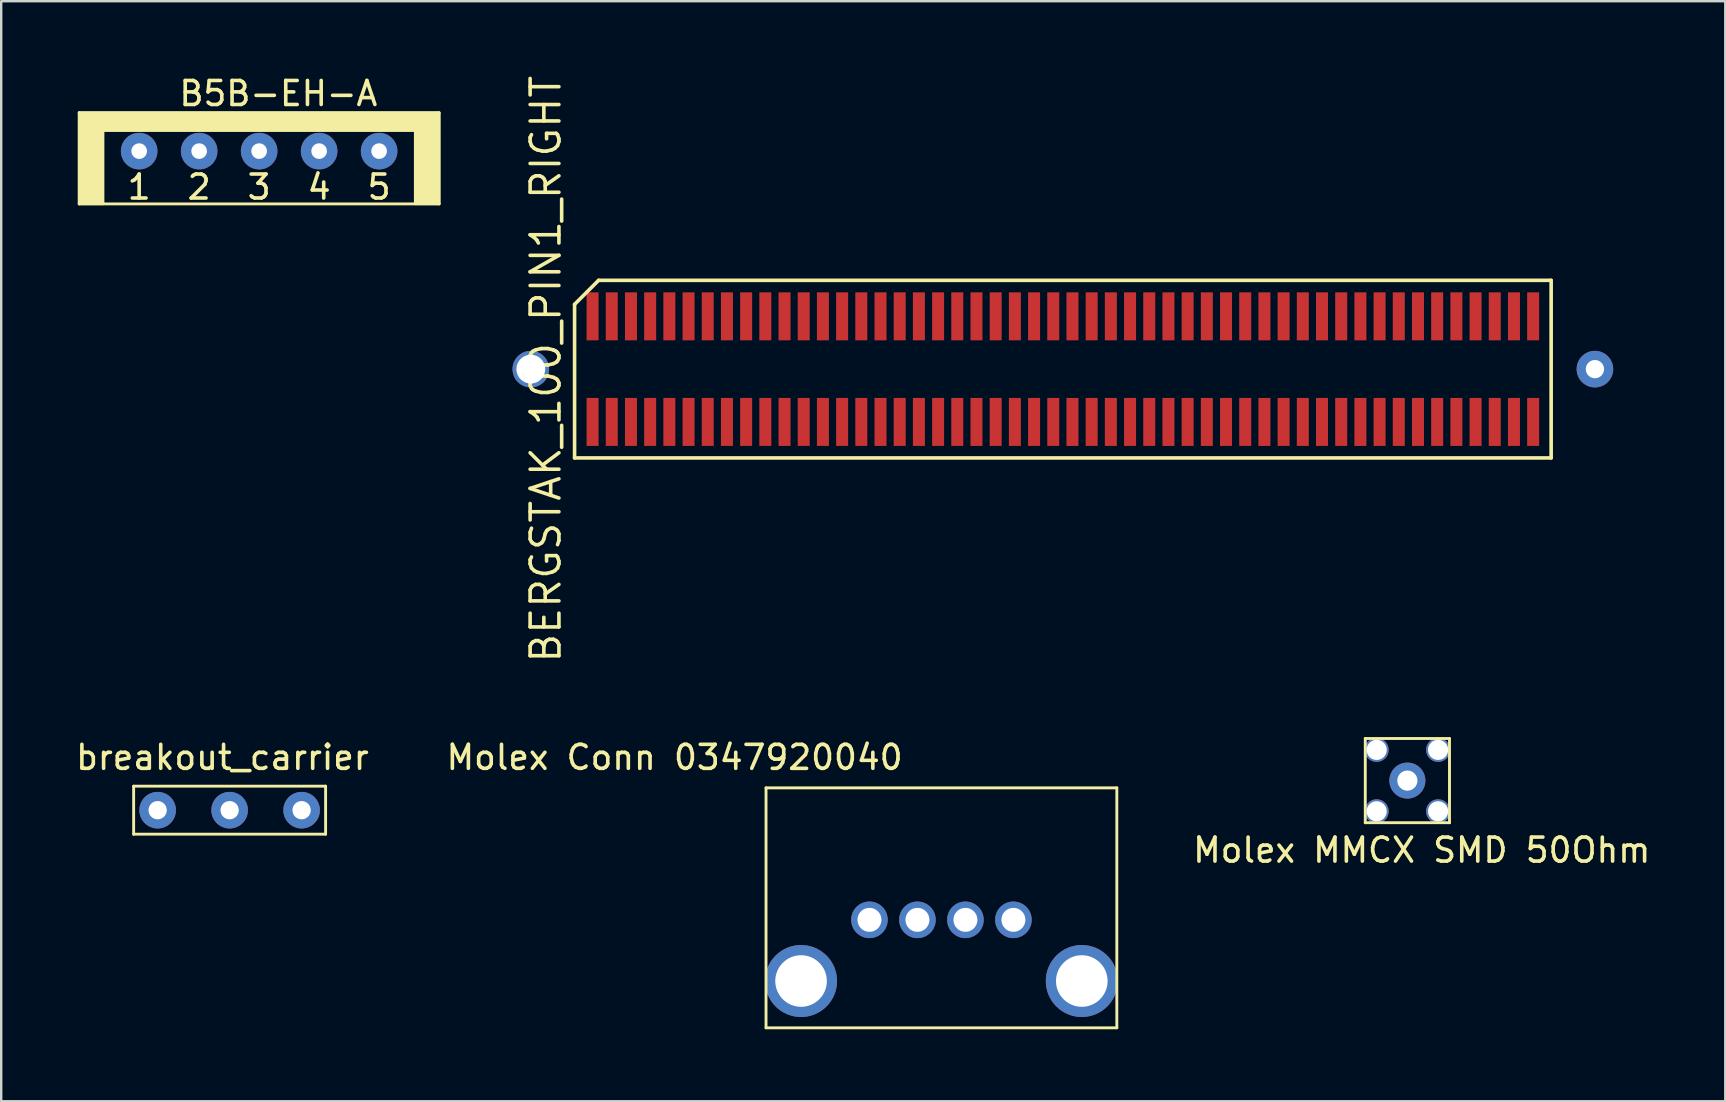
<source format=kicad_pcb>
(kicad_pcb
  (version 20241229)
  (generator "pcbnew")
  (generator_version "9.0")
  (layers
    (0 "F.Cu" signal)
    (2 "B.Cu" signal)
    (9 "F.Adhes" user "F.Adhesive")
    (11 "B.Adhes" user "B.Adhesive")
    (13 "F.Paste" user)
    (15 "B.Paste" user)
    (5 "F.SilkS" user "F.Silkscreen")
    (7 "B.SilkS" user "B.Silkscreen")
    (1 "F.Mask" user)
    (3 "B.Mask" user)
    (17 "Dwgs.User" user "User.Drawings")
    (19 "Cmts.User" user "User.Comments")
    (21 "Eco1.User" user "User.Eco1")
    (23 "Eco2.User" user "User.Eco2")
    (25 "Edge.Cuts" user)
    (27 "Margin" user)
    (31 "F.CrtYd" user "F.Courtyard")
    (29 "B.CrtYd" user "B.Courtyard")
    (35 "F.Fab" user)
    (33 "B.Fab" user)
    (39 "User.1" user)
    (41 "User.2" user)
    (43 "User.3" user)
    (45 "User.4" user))
  (footprint "BERGSTAK_100_PIN1_RIGHT"
    (layer "F.Cu")
    (at 41.246 12.334)
    (property "Reference" "BERGSTAK_100_PIN1_RIGHT" (at -21.55 0 90) (layer "F.SilkS") (effects (font (size 1.2 1.2) (thickness 0.15))))
    (attr through_hole)
    (fp_line (start -20.35 -2.7) (end -20.35 3.7) (stroke (width 0.15) (type solid)) (layer "F.SilkS"))
    (fp_line (start -20.35 3.7) (end 20.35 3.7) (stroke (width 0.15) (type solid)) (layer "F.SilkS"))
    (fp_line (start -19.35 -3.7) (end -20.35 -2.7) (stroke (width 0.15) (type solid)) (layer "F.SilkS"))
    (fp_line (start 20.35 -3.7) (end -19.35 -3.7) (stroke (width 0.15) (type solid)) (layer "F.SilkS"))
    (fp_line (start 20.35 3.7) (end 20.35 -3.7) (stroke (width 0.15) (type solid)) (layer "F.SilkS"))
    (pad "" thru_hole circle (at -22.174 0) (size 1.524 1.524) (drill 1.2) (layers "*.Cu" "*.Mask"))
    (pad "" thru_hole circle (at 22.174 0) (size 1.524 1.524) (drill 0.762) (layers "*.Cu" "*.Mask"))
    (pad "1" smd rect (at -19.6 -2.2) (size 0.5 2) (layers "F.Cu" "F.Mask" "F.Paste"))
    (pad "2" smd rect (at -19.6 2.2) (size 0.5 2) (layers "F.Cu" "F.Mask" "F.Paste"))
    (pad "3" smd rect (at -18.8 -2.2) (size 0.5 2) (layers "F.Cu" "F.Mask" "F.Paste"))
    (pad "4" smd rect (at -18.8 2.2) (size 0.5 2) (layers "F.Cu" "F.Mask" "F.Paste"))
    (pad "5" smd rect (at -18 -2.2) (size 0.5 2) (layers "F.Cu" "F.Mask" "F.Paste"))
    (pad "6" smd rect (at -18 2.2) (size 0.5 2) (layers "F.Cu" "F.Mask" "F.Paste"))
    (pad "7" smd rect (at -17.2 -2.2) (size 0.5 2) (layers "F.Cu" "F.Mask" "F.Paste"))
    (pad "8" smd rect (at -17.2 2.2) (size 0.5 2) (layers "F.Cu" "F.Mask" "F.Paste"))
    (pad "9" smd rect (at -16.4 -2.2) (size 0.5 2) (layers "F.Cu" "F.Mask" "F.Paste"))
    (pad "10" smd rect (at -16.4 2.2) (size 0.5 2) (layers "F.Cu" "F.Mask" "F.Paste"))
    (pad "11" smd rect (at -15.6 -2.2) (size 0.5 2) (layers "F.Cu" "F.Mask" "F.Paste"))
    (pad "12" smd rect (at -15.6 2.2) (size 0.5 2) (layers "F.Cu" "F.Mask" "F.Paste"))
    (pad "13" smd rect (at -14.8 -2.2) (size 0.5 2) (layers "F.Cu" "F.Mask" "F.Paste"))
    (pad "14" smd rect (at -14.8 2.2) (size 0.5 2) (layers "F.Cu" "F.Mask" "F.Paste"))
    (pad "15" smd rect (at -14 -2.2) (size 0.5 2) (layers "F.Cu" "F.Mask" "F.Paste"))
    (pad "16" smd rect (at -14 2.2) (size 0.5 2) (layers "F.Cu" "F.Mask" "F.Paste"))
    (pad "17" smd rect (at -13.2 -2.2) (size 0.5 2) (layers "F.Cu" "F.Mask" "F.Paste"))
    (pad "18" smd rect (at -13.2 2.2) (size 0.5 2) (layers "F.Cu" "F.Mask" "F.Paste"))
    (pad "19" smd rect (at -12.4 -2.2) (size 0.5 2) (layers "F.Cu" "F.Mask" "F.Paste"))
    (pad "20" smd rect (at -12.4 2.2) (size 0.5 2) (layers "F.Cu" "F.Mask" "F.Paste"))
    (pad "21" smd rect (at -11.6 -2.2) (size 0.5 2) (layers "F.Cu" "F.Mask" "F.Paste"))
    (pad "22" smd rect (at -11.6 2.2) (size 0.5 2) (layers "F.Cu" "F.Mask" "F.Paste"))
    (pad "23" smd rect (at -10.8 -2.2) (size 0.5 2) (layers "F.Cu" "F.Mask" "F.Paste"))
    (pad "24" smd rect (at -10.8 2.2) (size 0.5 2) (layers "F.Cu" "F.Mask" "F.Paste"))
    (pad "25" smd rect (at -10 -2.2) (size 0.5 2) (layers "F.Cu" "F.Mask" "F.Paste"))
    (pad "26" smd rect (at -10 2.2) (size 0.5 2) (layers "F.Cu" "F.Mask" "F.Paste"))
    (pad "27" smd rect (at -9.2 -2.2) (size 0.5 2) (layers "F.Cu" "F.Mask" "F.Paste"))
    (pad "28" smd rect (at -9.2 2.2) (size 0.5 2) (layers "F.Cu" "F.Mask" "F.Paste"))
    (pad "29" smd rect (at -8.4 -2.2) (size 0.5 2) (layers "F.Cu" "F.Mask" "F.Paste"))
    (pad "30" smd rect (at -8.4 2.2) (size 0.5 2) (layers "F.Cu" "F.Mask" "F.Paste"))
    (pad "31" smd rect (at -7.6 -2.2) (size 0.5 2) (layers "F.Cu" "F.Mask" "F.Paste"))
    (pad "32" smd rect (at -7.6 2.2) (size 0.5 2) (layers "F.Cu" "F.Mask" "F.Paste"))
    (pad "33" smd rect (at -6.8 -2.2) (size 0.5 2) (layers "F.Cu" "F.Mask" "F.Paste"))
    (pad "34" smd rect (at -6.8 2.2) (size 0.5 2) (layers "F.Cu" "F.Mask" "F.Paste"))
    (pad "35" smd rect (at -6 -2.2) (size 0.5 2) (layers "F.Cu" "F.Mask" "F.Paste"))
    (pad "36" smd rect (at -6 2.2) (size 0.5 2) (layers "F.Cu" "F.Mask" "F.Paste"))
    (pad "37" smd rect (at -5.2 -2.2) (size 0.5 2) (layers "F.Cu" "F.Mask" "F.Paste"))
    (pad "38" smd rect (at -5.2 2.2) (size 0.5 2) (layers "F.Cu" "F.Mask" "F.Paste"))
    (pad "39" smd rect (at -4.4 -2.2) (size 0.5 2) (layers "F.Cu" "F.Mask" "F.Paste"))
    (pad "40" smd rect (at -4.4 2.2) (size 0.5 2) (layers "F.Cu" "F.Mask" "F.Paste"))
    (pad "41" smd rect (at -3.6 -2.2) (size 0.5 2) (layers "F.Cu" "F.Mask" "F.Paste"))
    (pad "42" smd rect (at -3.6 2.2) (size 0.5 2) (layers "F.Cu" "F.Mask" "F.Paste"))
    (pad "43" smd rect (at -2.8 -2.2) (size 0.5 2) (layers "F.Cu" "F.Mask" "F.Paste"))
    (pad "44" smd rect (at -2.8 2.2) (size 0.5 2) (layers "F.Cu" "F.Mask" "F.Paste"))
    (pad "45" smd rect (at -2 -2.2) (size 0.5 2) (layers "F.Cu" "F.Mask" "F.Paste"))
    (pad "46" smd rect (at -2 2.2) (size 0.5 2) (layers "F.Cu" "F.Mask" "F.Paste"))
    (pad "47" smd rect (at -1.2 -2.2) (size 0.5 2) (layers "F.Cu" "F.Mask" "F.Paste"))
    (pad "48" smd rect (at -1.2 2.2) (size 0.5 2) (layers "F.Cu" "F.Mask" "F.Paste"))
    (pad "49" smd rect (at -0.4 -2.2) (size 0.5 2) (layers "F.Cu" "F.Mask" "F.Paste"))
    (pad "50" smd rect (at -0.4 2.2) (size 0.5 2) (layers "F.Cu" "F.Mask" "F.Paste"))
    (pad "51" smd rect (at 0.4 -2.2) (size 0.5 2) (layers "F.Cu" "F.Mask" "F.Paste"))
    (pad "52" smd rect (at 0.4 2.2) (size 0.5 2) (layers "F.Cu" "F.Mask" "F.Paste"))
    (pad "53" smd rect (at 1.2 -2.2) (size 0.5 2) (layers "F.Cu" "F.Mask" "F.Paste"))
    (pad "54" smd rect (at 1.2 2.2) (size 0.5 2) (layers "F.Cu" "F.Mask" "F.Paste"))
    (pad "55" smd rect (at 2 -2.2) (size 0.5 2) (layers "F.Cu" "F.Mask" "F.Paste"))
    (pad "56" smd rect (at 2 2.2) (size 0.5 2) (layers "F.Cu" "F.Mask" "F.Paste"))
    (pad "57" smd rect (at 2.8 -2.2) (size 0.5 2) (layers "F.Cu" "F.Mask" "F.Paste"))
    (pad "58" smd rect (at 2.8 2.2) (size 0.5 2) (layers "F.Cu" "F.Mask" "F.Paste"))
    (pad "59" smd rect (at 3.6 -2.2) (size 0.5 2) (layers "F.Cu" "F.Mask" "F.Paste"))
    (pad "60" smd rect (at 3.6 2.2) (size 0.5 2) (layers "F.Cu" "F.Mask" "F.Paste"))
    (pad "61" smd rect (at 4.4 -2.2) (size 0.5 2) (layers "F.Cu" "F.Mask" "F.Paste"))
    (pad "62" smd rect (at 4.4 2.2) (size 0.5 2) (layers "F.Cu" "F.Mask" "F.Paste"))
    (pad "63" smd rect (at 5.2 -2.2) (size 0.5 2) (layers "F.Cu" "F.Mask" "F.Paste"))
    (pad "64" smd rect (at 5.2 2.2) (size 0.5 2) (layers "F.Cu" "F.Mask" "F.Paste"))
    (pad "65" smd rect (at 6 -2.2) (size 0.5 2) (layers "F.Cu" "F.Mask" "F.Paste"))
    (pad "66" smd rect (at 6 2.2) (size 0.5 2) (layers "F.Cu" "F.Mask" "F.Paste"))
    (pad "67" smd rect (at 6.8 -2.2) (size 0.5 2) (layers "F.Cu" "F.Mask" "F.Paste"))
    (pad "68" smd rect (at 6.8 2.2) (size 0.5 2) (layers "F.Cu" "F.Mask" "F.Paste"))
    (pad "69" smd rect (at 7.6 -2.2) (size 0.5 2) (layers "F.Cu" "F.Mask" "F.Paste"))
    (pad "70" smd rect (at 7.6 2.2) (size 0.5 2) (layers "F.Cu" "F.Mask" "F.Paste"))
    (pad "71" smd rect (at 8.4 -2.2) (size 0.5 2) (layers "F.Cu" "F.Mask" "F.Paste"))
    (pad "72" smd rect (at 8.4 2.2) (size 0.5 2) (layers "F.Cu" "F.Mask" "F.Paste"))
    (pad "73" smd rect (at 9.2 -2.2) (size 0.5 2) (layers "F.Cu" "F.Mask" "F.Paste"))
    (pad "74" smd rect (at 9.2 2.2) (size 0.5 2) (layers "F.Cu" "F.Mask" "F.Paste"))
    (pad "75" smd rect (at 10 -2.2) (size 0.5 2) (layers "F.Cu" "F.Mask" "F.Paste"))
    (pad "76" smd rect (at 10 2.2) (size 0.5 2) (layers "F.Cu" "F.Mask" "F.Paste"))
    (pad "77" smd rect (at 10.8 -2.2) (size 0.5 2) (layers "F.Cu" "F.Mask" "F.Paste"))
    (pad "78" smd rect (at 10.8 2.2) (size 0.5 2) (layers "F.Cu" "F.Mask" "F.Paste"))
    (pad "79" smd rect (at 11.6 -2.2) (size 0.5 2) (layers "F.Cu" "F.Mask" "F.Paste"))
    (pad "80" smd rect (at 11.6 2.2) (size 0.5 2) (layers "F.Cu" "F.Mask" "F.Paste"))
    (pad "81" smd rect (at 12.4 -2.2) (size 0.5 2) (layers "F.Cu" "F.Mask" "F.Paste"))
    (pad "82" smd rect (at 12.4 2.2) (size 0.5 2) (layers "F.Cu" "F.Mask" "F.Paste"))
    (pad "83" smd rect (at 13.2 -2.2) (size 0.5 2) (layers "F.Cu" "F.Mask" "F.Paste"))
    (pad "84" smd rect (at 13.2 2.2) (size 0.5 2) (layers "F.Cu" "F.Mask" "F.Paste"))
    (pad "85" smd rect (at 14 -2.2) (size 0.5 2) (layers "F.Cu" "F.Mask" "F.Paste"))
    (pad "86" smd rect (at 14 2.2) (size 0.5 2) (layers "F.Cu" "F.Mask" "F.Paste"))
    (pad "87" smd rect (at 14.8 -2.2) (size 0.5 2) (layers "F.Cu" "F.Mask" "F.Paste"))
    (pad "88" smd rect (at 14.8 2.2) (size 0.5 2) (layers "F.Cu" "F.Mask" "F.Paste"))
    (pad "89" smd rect (at 15.6 -2.2) (size 0.5 2) (layers "F.Cu" "F.Mask" "F.Paste"))
    (pad "90" smd rect (at 15.6 2.2) (size 0.5 2) (layers "F.Cu" "F.Mask" "F.Paste"))
    (pad "91" smd rect (at 16.4 -2.2) (size 0.5 2) (layers "F.Cu" "F.Mask" "F.Paste"))
    (pad "92" smd rect (at 16.4 2.2) (size 0.5 2) (layers "F.Cu" "F.Mask" "F.Paste"))
    (pad "93" smd rect (at 17.2 -2.2) (size 0.5 2) (layers "F.Cu" "F.Mask" "F.Paste"))
    (pad "94" smd rect (at 17.2 2.2) (size 0.5 2) (layers "F.Cu" "F.Mask" "F.Paste"))
    (pad "95" smd rect (at 18 -2.2) (size 0.5 2) (layers "F.Cu" "F.Mask" "F.Paste"))
    (pad "96" smd rect (at 18 2.2) (size 0.5 2) (layers "F.Cu" "F.Mask" "F.Paste"))
    (pad "97" smd rect (at 18.8 -2.2) (size 0.5 2) (layers "F.Cu" "F.Mask" "F.Paste"))
    (pad "98" smd rect (at 18.8 2.2) (size 0.5 2) (layers "F.Cu" "F.Mask" "F.Paste"))
    (pad "99" smd rect (at 19.6 -2.2) (size 0.5 2) (layers "F.Cu" "F.Mask" "F.Paste"))
    (pad "100" smd rect (at 19.6 2.2) (size 0.5 2) (layers "F.Cu" "F.Mask" "F.Paste")))
  (footprint "breakout_carrier"
    (layer "F.Cu")
    (at 6.52 29.715)
    (property "Reference" "breakout_carrier" (at -0.3 -1.2 0) (layer "F.SilkS") (effects (font (size 1 1) (thickness 0.15))))
    (attr through_hole)
    (fp_line (start -4 0) (end -4 2) (stroke (width 0.12) (type solid)) (layer "F.SilkS"))
    (fp_line (start -4 2) (end 4 2) (stroke (width 0.12) (type solid)) (layer "F.SilkS"))
    (fp_line (start 4 0) (end -4 0) (stroke (width 0.12) (type solid)) (layer "F.SilkS"))
    (fp_line (start 4 2) (end 4 0) (stroke (width 0.12) (type solid)) (layer "F.SilkS"))
    (pad "1" thru_hole circle (at -3 1) (size 1.524 1.524) (drill 0.762) (layers "*.Cu" "*.Mask"))
    (pad "2" thru_hole circle (at 0 1) (size 1.524 1.524) (drill 0.762) (layers "*.Cu" "*.Mask"))
    (pad "3" thru_hole circle (at 3 1) (size 1.524 1.524) (drill 0.762) (layers "*.Cu" "*.Mask")))
  (footprint "Molex Conn 0347920040"
    (layer "F.Cu")
    (at 28.875 29.785)
    (property "Reference" "Molex Conn 0347920040" (at -3.81 -1.27 0) (layer "F.SilkS") (effects (font (size 1 1) (thickness 0.15))))
    (attr through_hole)
    (fp_line (start 0 0) (end 0 10) (stroke (width 0.12) (type solid)) (layer "F.SilkS"))
    (fp_line (start 0 0) (end 14.62 0) (stroke (width 0.12) (type solid)) (layer "F.SilkS"))
    (fp_line (start 0 10) (end 14.62 10) (stroke (width 0.12) (type solid)) (layer "F.SilkS"))
    (fp_line (start 14.62 0) (end 14.62 10) (stroke (width 0.12) (type solid)) (layer "F.SilkS"))
    (pad "1" thru_hole circle (at 4.31 5.5) (size 1.524 1.524) (drill 1) (layers "*.Cu" "*.Mask"))
    (pad "1" thru_hole circle (at 6.31 5.5) (size 1.524 1.524) (drill 1) (layers "*.Cu" "*.Mask"))
    (pad "1" thru_hole circle (at 8.31 5.5) (size 1.524 1.524) (drill 1) (layers "*.Cu" "*.Mask"))
    (pad "1" thru_hole circle (at 10.31 5.5) (size 1.524 1.524) (drill 1) (layers "*.Cu" "*.Mask"))
    (pad "2" thru_hole circle (at 1.46 8.05) (size 3 3) (drill 2.15) (layers "*.Cu" "*.Mask"))
    (pad "2" thru_hole circle (at 13.16 8.05) (size 3 3) (drill 2.15) (layers "*.Cu" "*.Mask")))
  (footprint "B5B-EH-A"
    (layer "F.Cu")
    (at 0.25 1.648)
    (property "Reference" "B5B-EH-A" (at 8.3 -0.8 0) (layer "F.SilkS") (effects (font (size 1 1) (thickness 0.15))))
    (attr through_hole)
    (fp_line (start 0 0) (end 0 3.8) (stroke (width 0.12) (type solid)) (layer "F.SilkS"))
    (fp_line (start 0 0) (end 15 0) (stroke (width 0.12) (type solid)) (layer "F.SilkS"))
    (fp_line (start 0 3.8) (end 15 3.8) (stroke (width 0.12) (type solid)) (layer "F.SilkS"))
    (fp_line (start 15 0) (end 15 3.8) (stroke (width 0.12) (type solid)) (layer "F.SilkS"))
    (fp_poly (pts (xy 0 0) (xy 0 0.75) (xy 15 0.75) (xy 15 0)) (stroke (width 0.1) (type solid)) (fill yes) (layer "F.SilkS"))
    (fp_poly (pts (xy 0 3.8) (xy 0 0.8) (xy 1 0.8) (xy 1 3.8)) (stroke (width 0.1) (type solid)) (fill yes) (layer "F.SilkS"))
    (fp_poly (pts (xy 15 3.8) (xy 15 0.8) (xy 14 0.8) (xy 14 3.8)) (stroke (width 0.1) (type solid)) (fill yes) (layer "F.SilkS"))
    (fp_text user "2" (at 5 3.1 0) (layer "F.SilkS") (effects (font (size 1 1) (thickness 0.15))))
    (fp_text user "1" (at 2.5 3.1 0) (layer "F.SilkS") (effects (font (size 1 1) (thickness 0.15))))
    (fp_text user "3" (at 7.5 3.1 0) (layer "F.SilkS") (effects (font (size 1 1) (thickness 0.15))))
    (fp_text user "5" (at 12.5 3.1 0) (layer "F.SilkS") (effects (font (size 1 1) (thickness 0.15))))
    (fp_text user "4" (at 10 3.1 0) (layer "F.SilkS") (effects (font (size 1 1) (thickness 0.15))))
    (pad "1" thru_hole circle (at 2.5 1.6) (size 1.524 1.524) (drill 0.65) (layers "*.Cu" "*.Mask"))
    (pad "2" thru_hole circle (at 5 1.6) (size 1.524 1.524) (drill 0.65) (layers "*.Cu" "*.Mask"))
    (pad "3" thru_hole circle (at 7.5 1.6) (size 1.524 1.524) (drill 0.65) (layers "*.Cu" "*.Mask"))
    (pad "4" thru_hole circle (at 10 1.6) (size 1.524 1.524) (drill 0.65) (layers "*.Cu" "*.Mask"))
    (pad "5" thru_hole circle (at 12.5 1.6) (size 1.524 1.524) (drill 0.65) (layers "*.Cu" "*.Mask")))
  (footprint "Molex MMCX SMD 50Ohm"
    (layer "F.Cu")
    (at 55.604 29.482)
    (property "Reference" "Molex MMCX SMD 50Ohm" (at 0.6 2.9 0) (layer "F.SilkS") (effects (font (size 1 1) (thickness 0.15))))
    (attr through_hole)
    (fp_line (start -1.755 -1.755) (end -1.755 1.755) (stroke (width 0.12) (type solid)) (layer "F.SilkS"))
    (fp_line (start -1.755 -1.755) (end 1.755 -1.755) (stroke (width 0.12) (type solid)) (layer "F.SilkS"))
    (fp_line (start -1.755 1.755) (end 1.755 1.755) (stroke (width 0.12) (type solid)) (layer "F.SilkS"))
    (fp_line (start 1.755 -1.755) (end 1.755 1.755) (stroke (width 0.12) (type solid)) (layer "F.SilkS"))
    (pad "1" thru_hole circle (at 0 0) (size 1.5 1.5) (drill 0.84) (layers "*.Cu" "*.Mask"))
    (pad "2" thru_hole circle (at -1.28 -1.28) (size 1 1) (drill 0.84) (layers "*.Cu" "*.Mask"))
    (pad "2" thru_hole circle (at -1.28 1.28) (size 1 1) (drill 0.84) (layers "*.Cu" "*.Mask"))
    (pad "2" thru_hole circle (at 1.28 -1.28) (size 1 1) (drill 0.84) (layers "*.Cu" "*.Mask"))
    (pad "2" thru_hole circle (at 1.28 1.28) (size 1 1) (drill 0.84) (layers "*.Cu" "*.Mask")))
  (gr_rect
    (start -3 -3)
    (end 68.853 42.845)
    (stroke (width 0.1) (type default))
    (fill no)
    (layer "Edge.Cuts")))
</source>
